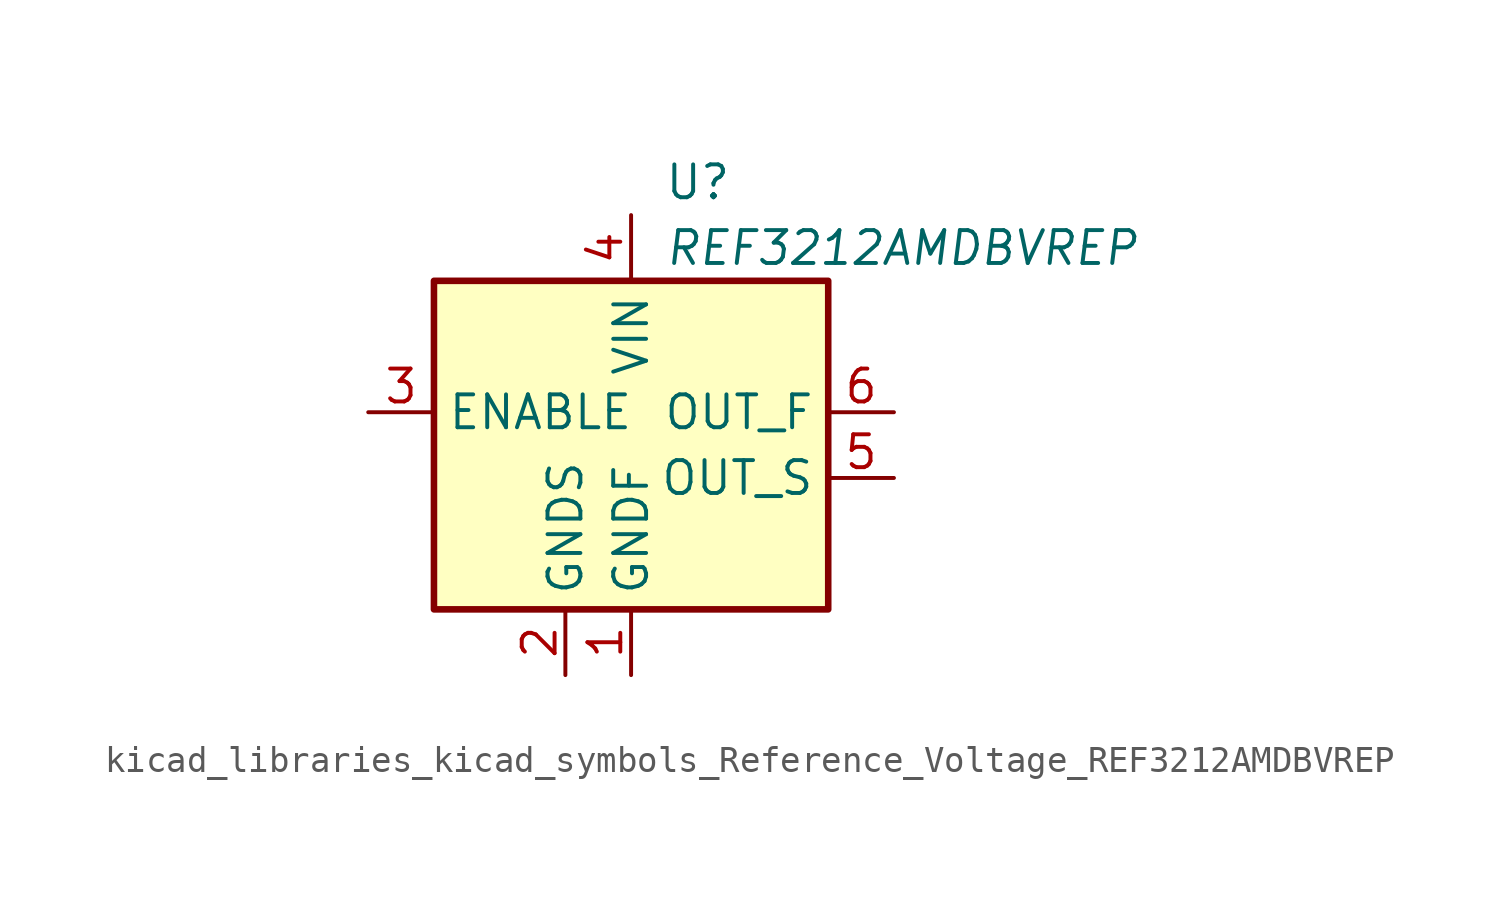
<source format=kicad_sym>
(kicad_symbol_lib
  (version 20220914)
  (generator kicad_symbol_editor)
  (symbol "kicad_libraries_kicad_symbols_Reference_Voltage_REF3212AMDBVREP"
    (property "Reference" "U"
      (at 1.27 8.89 0)
      (effects (font (size 1.27 1.27)) (justify left)))
    (property "Value" "REF3212AMDBVREP"
      (at 1.27 6.35 0)
      (effects (font (size 1.27 1.27) italic) (justify left)))
    (symbol "kicad_libraries_kicad_symbols_Reference_Voltage_REF3212AMDBVREP_0_1"
      (rectangle (start -7.62 5.08) (end 7.62 -7.62) (stroke (width 0.254) (type default)) (fill (type background))))
    (symbol "kicad_libraries_kicad_symbols_Reference_Voltage_REF3212AMDBVREP_1_1"
      (pin power_in line (at 0 -10.16 90) (length 2.54) (name "GNDF" (effects (font (size 1.27 1.27)))) (number "1" (effects (font (size 1.27 1.27)))))
      (pin input line (at -2.54 -10.16 90) (length 2.54) (name "GNDS" (effects (font (size 1.27 1.27)))) (number "2" (effects (font (size 1.27 1.27)))))
      (pin input line (at -10.16 0 0) (length 2.54) (name "ENABLE" (effects (font (size 1.27 1.27)))) (number "3" (effects (font (size 1.27 1.27)))))
      (pin power_in line (at 0 7.62 270) (length 2.54) (name "VIN" (effects (font (size 1.27 1.27)))) (number "4" (effects (font (size 1.27 1.27)))))
      (pin input line (at 10.16 -2.54 180) (length 2.54) (name "OUT_S" (effects (font (size 1.27 1.27)))) (number "5" (effects (font (size 1.27 1.27)))))
      (pin output line (at 10.16 0 180) (length 2.54) (name "OUT_F" (effects (font (size 1.27 1.27)))) (number "6" (effects (font (size 1.27 1.27))))))))
</source>
